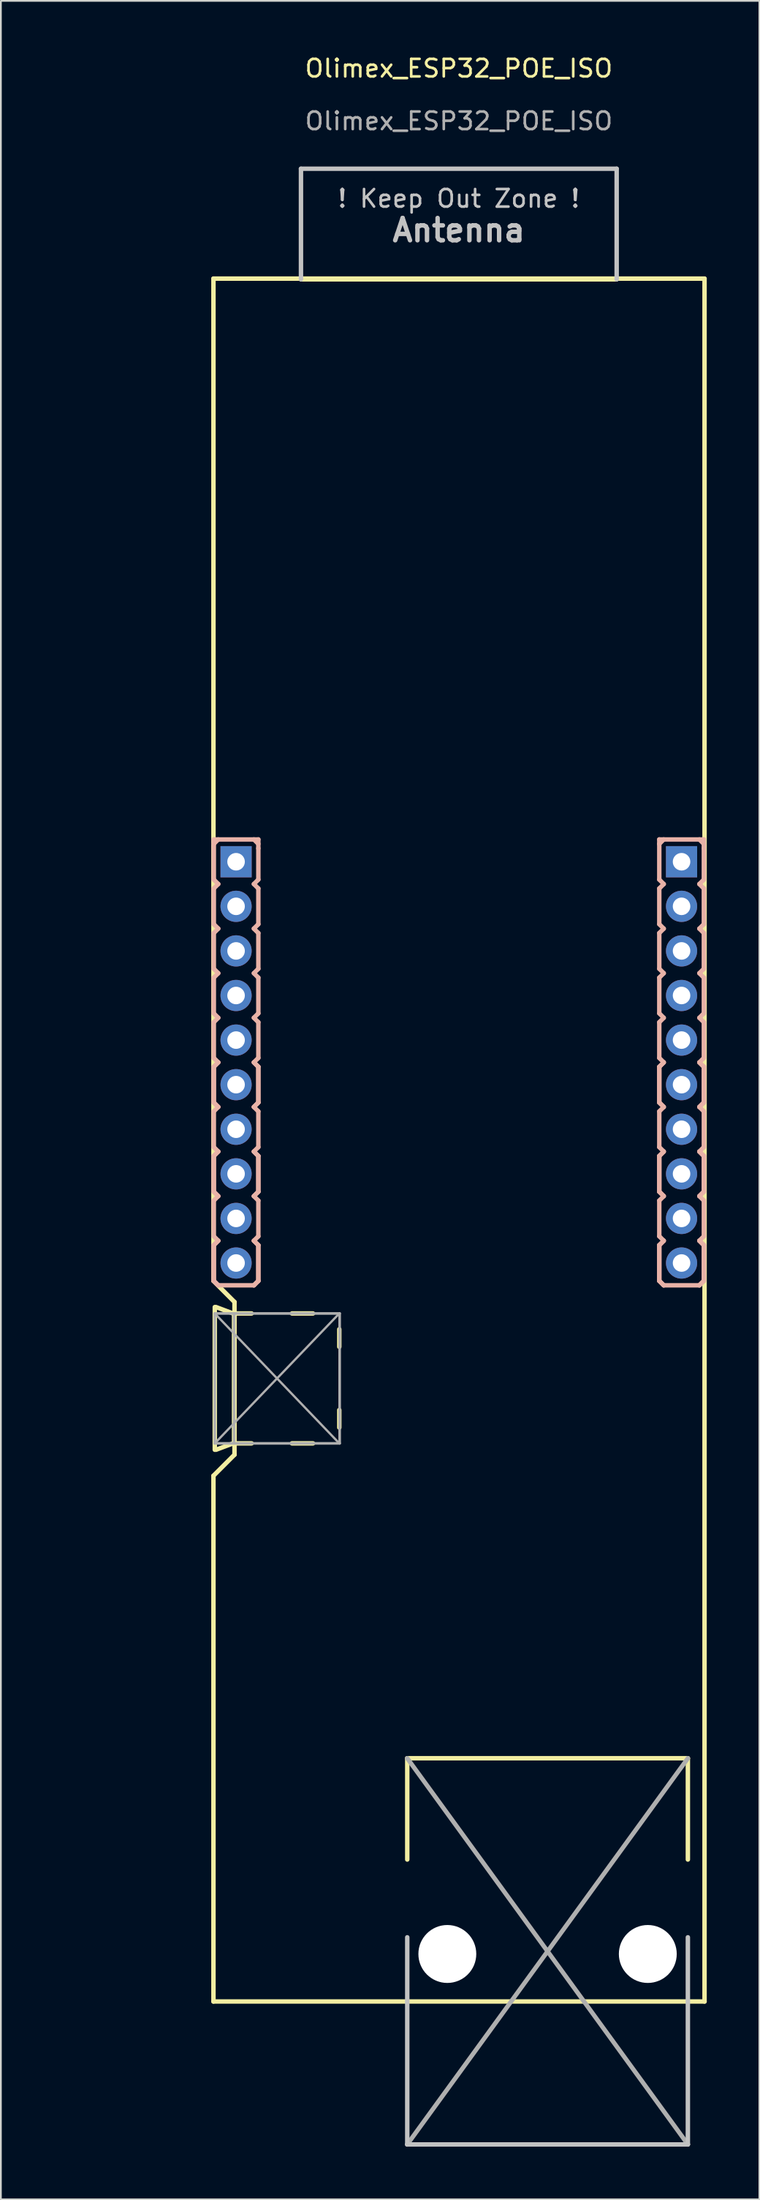
<source format=kicad_pcb>
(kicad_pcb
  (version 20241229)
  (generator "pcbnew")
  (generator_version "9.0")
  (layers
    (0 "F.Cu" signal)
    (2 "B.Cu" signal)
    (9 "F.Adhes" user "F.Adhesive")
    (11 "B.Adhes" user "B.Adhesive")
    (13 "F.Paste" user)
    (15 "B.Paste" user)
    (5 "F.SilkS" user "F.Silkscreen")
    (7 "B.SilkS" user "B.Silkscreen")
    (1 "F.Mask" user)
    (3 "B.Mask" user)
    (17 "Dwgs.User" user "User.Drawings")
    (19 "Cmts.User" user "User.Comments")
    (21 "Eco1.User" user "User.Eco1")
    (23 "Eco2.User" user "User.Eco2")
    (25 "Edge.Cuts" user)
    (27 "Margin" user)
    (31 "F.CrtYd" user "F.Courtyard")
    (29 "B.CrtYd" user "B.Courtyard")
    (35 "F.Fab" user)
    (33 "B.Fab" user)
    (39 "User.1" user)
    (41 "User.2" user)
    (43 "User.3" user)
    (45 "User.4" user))
  (footprint "Olimex_ESP32_POE_ISO"
    (layer "F.Cu")
    (at 0.25 1.308)
    (property "Reference" "Olimex_ESP32_POE_ISO" (at 22.86 -0.46 0) (unlocked yes) (layer "F.SilkS") (effects (font (size 1 1) (thickness 0.15))))
    (attr through_hole)
    (fp_line (start 8.87 11.514) (end 36.87 11.514) (stroke (width 0.254) (type solid)) (layer "F.SilkS"))
    (fp_line (start 8.87 68.614) (end 8.87 11.514) (stroke (width 0.254) (type solid)) (layer "F.SilkS"))
    (fp_line (start 8.87 68.614) (end 10.07 69.814) (stroke (width 0.254) (type solid)) (layer "F.SilkS"))
    (fp_line (start 8.87 79.714) (end 10.07 78.514) (stroke (width 0.254) (type solid)) (layer "F.SilkS"))
    (fp_line (start 8.87 109.664) (end 8.87 79.714) (stroke (width 0.254) (type solid)) (layer "F.SilkS"))
    (fp_line (start 8.87 109.664) (end 36.87 109.664) (stroke (width 0.254) (type solid)) (layer "F.SilkS"))
    (fp_line (start 8.946 78.232) (end 8.946 70.104) (stroke (width 0.254) (type solid)) (layer "F.SilkS"))
    (fp_line (start 9.017 70.104) (end 10.033 70.485) (stroke (width 0.254) (type solid)) (layer "F.SilkS"))
    (fp_line (start 9.017 78.232) (end 10.033 77.851) (stroke (width 0.254) (type solid)) (layer "F.SilkS"))
    (fp_line (start 10.046 70.468) (end 11.046 70.468) (stroke (width 0.254) (type solid)) (layer "F.SilkS"))
    (fp_line (start 10.046 77.868) (end 10.046 70.468) (stroke (width 0.254) (type solid)) (layer "F.SilkS"))
    (fp_line (start 10.07 69.814) (end 10.07 78.514) (stroke (width 0.254) (type solid)) (layer "F.SilkS"))
    (fp_line (start 11.046 77.868) (end 10.046 77.868) (stroke (width 0.254) (type solid)) (layer "F.SilkS"))
    (fp_line (start 13.86 11.555) (end 31.86 11.555) (stroke (width 0.254) (type solid)) (layer "F.SilkS"))
    (fp_line (start 14.546 70.468) (end 13.346 70.468) (stroke (width 0.254) (type solid)) (layer "F.SilkS"))
    (fp_line (start 14.546 77.868) (end 13.346 77.868) (stroke (width 0.254) (type solid)) (layer "F.SilkS"))
    (fp_line (start 16.046 72.368) (end 16.046 71.368) (stroke (width 0.254) (type solid)) (layer "F.SilkS"))
    (fp_line (start 16.046 76.968) (end 16.046 75.968) (stroke (width 0.254) (type solid)) (layer "F.SilkS"))
    (fp_line (start 19.92 95.807) (end 35.92 95.807) (stroke (width 0.254) (type solid)) (layer "F.SilkS"))
    (fp_line (start 19.92 101.577) (end 19.92 95.807) (stroke (width 0.254) (type solid)) (layer "F.SilkS"))
    (fp_line (start 35.92 95.807) (end 35.92 101.577) (stroke (width 0.254) (type solid)) (layer "F.SilkS"))
    (fp_line (start 36.87 109.664) (end 36.87 11.514) (stroke (width 0.254) (type solid)) (layer "F.SilkS"))
    (fp_line (start 8.89 43.464) (end 8.89 43.718) (stroke (width 0.254) (type solid)) (layer "B.SilkS"))
    (fp_line (start 8.89 43.464) (end 11.43 43.464) (stroke (width 0.254) (type solid)) (layer "B.SilkS"))
    (fp_line (start 8.89 43.718) (end 8.89 45.75) (stroke (width 0.254) (type solid)) (layer "B.SilkS"))
    (fp_line (start 8.89 45.75) (end 9.144 46.004) (stroke (width 0.254) (type solid)) (layer "B.SilkS"))
    (fp_line (start 8.89 46.258) (end 8.89 48.29) (stroke (width 0.254) (type solid)) (layer "B.SilkS"))
    (fp_line (start 8.89 48.29) (end 9.144 48.544) (stroke (width 0.254) (type solid)) (layer "B.SilkS"))
    (fp_line (start 8.89 48.798) (end 8.89 50.83) (stroke (width 0.254) (type solid)) (layer "B.SilkS"))
    (fp_line (start 8.89 50.83) (end 9.144 51.084) (stroke (width 0.254) (type solid)) (layer "B.SilkS"))
    (fp_line (start 8.89 51.338) (end 8.89 53.37) (stroke (width 0.254) (type solid)) (layer "B.SilkS"))
    (fp_line (start 8.89 53.37) (end 9.144 53.624) (stroke (width 0.254) (type solid)) (layer "B.SilkS"))
    (fp_line (start 8.89 53.878) (end 8.89 55.91) (stroke (width 0.254) (type solid)) (layer "B.SilkS"))
    (fp_line (start 8.89 55.91) (end 9.144 56.164) (stroke (width 0.254) (type solid)) (layer "B.SilkS"))
    (fp_line (start 8.89 56.418) (end 8.89 58.45) (stroke (width 0.254) (type solid)) (layer "B.SilkS"))
    (fp_line (start 8.89 56.418) (end 8.89 58.45) (stroke (width 0.254) (type solid)) (layer "B.SilkS"))
    (fp_line (start 8.89 58.45) (end 9.144 58.704) (stroke (width 0.254) (type solid)) (layer "B.SilkS"))
    (fp_line (start 8.89 58.45) (end 9.144 58.704) (stroke (width 0.254) (type solid)) (layer "B.SilkS"))
    (fp_line (start 8.89 58.958) (end 8.89 60.99) (stroke (width 0.254) (type solid)) (layer "B.SilkS"))
    (fp_line (start 8.89 60.99) (end 9.144 61.244) (stroke (width 0.254) (type solid)) (layer "B.SilkS"))
    (fp_line (start 8.89 61.498) (end 8.89 63.53) (stroke (width 0.254) (type solid)) (layer "B.SilkS"))
    (fp_line (start 8.89 61.498) (end 8.89 63.53) (stroke (width 0.254) (type solid)) (layer "B.SilkS"))
    (fp_line (start 8.89 63.53) (end 9.144 63.784) (stroke (width 0.254) (type solid)) (layer "B.SilkS"))
    (fp_line (start 8.89 63.53) (end 9.144 63.784) (stroke (width 0.254) (type solid)) (layer "B.SilkS"))
    (fp_line (start 8.89 64.038) (end 8.89 66.07) (stroke (width 0.254) (type solid)) (layer "B.SilkS"))
    (fp_line (start 8.89 66.07) (end 9.144 66.324) (stroke (width 0.254) (type solid)) (layer "B.SilkS"))
    (fp_line (start 8.89 66.578) (end 8.89 68.61) (stroke (width 0.254) (type solid)) (layer "B.SilkS"))
    (fp_line (start 8.89 66.578) (end 8.89 68.61) (stroke (width 0.254) (type solid)) (layer "B.SilkS"))
    (fp_line (start 8.89 68.61) (end 9.144 68.864) (stroke (width 0.254) (type solid)) (layer "B.SilkS"))
    (fp_line (start 8.89 68.61) (end 9.144 68.864) (stroke (width 0.254) (type solid)) (layer "B.SilkS"))
    (fp_line (start 9.144 43.464) (end 8.89 43.718) (stroke (width 0.254) (type solid)) (layer "B.SilkS"))
    (fp_line (start 9.144 46.004) (end 8.89 46.258) (stroke (width 0.254) (type solid)) (layer "B.SilkS"))
    (fp_line (start 9.144 48.544) (end 8.89 48.798) (stroke (width 0.254) (type solid)) (layer "B.SilkS"))
    (fp_line (start 9.144 51.084) (end 8.89 51.338) (stroke (width 0.254) (type solid)) (layer "B.SilkS"))
    (fp_line (start 9.144 53.624) (end 8.89 53.878) (stroke (width 0.254) (type solid)) (layer "B.SilkS"))
    (fp_line (start 9.144 56.164) (end 8.89 56.418) (stroke (width 0.254) (type solid)) (layer "B.SilkS"))
    (fp_line (start 9.144 56.164) (end 8.89 56.418) (stroke (width 0.254) (type solid)) (layer "B.SilkS"))
    (fp_line (start 9.144 58.704) (end 8.89 58.958) (stroke (width 0.254) (type solid)) (layer "B.SilkS"))
    (fp_line (start 9.144 61.244) (end 8.89 61.498) (stroke (width 0.254) (type solid)) (layer "B.SilkS"))
    (fp_line (start 9.144 61.244) (end 8.89 61.498) (stroke (width 0.254) (type solid)) (layer "B.SilkS"))
    (fp_line (start 9.144 63.784) (end 8.89 64.038) (stroke (width 0.254) (type solid)) (layer "B.SilkS"))
    (fp_line (start 9.144 66.324) (end 8.89 66.578) (stroke (width 0.254) (type solid)) (layer "B.SilkS"))
    (fp_line (start 9.144 66.324) (end 8.89 66.578) (stroke (width 0.254) (type solid)) (layer "B.SilkS"))
    (fp_line (start 9.144 68.864) (end 11.176 68.864) (stroke (width 0.254) (type solid)) (layer "B.SilkS"))
    (fp_line (start 11.176 46.004) (end 11.43 45.75) (stroke (width 0.254) (type solid)) (layer "B.SilkS"))
    (fp_line (start 11.176 48.544) (end 11.43 48.798) (stroke (width 0.254) (type solid)) (layer "B.SilkS"))
    (fp_line (start 11.176 51.084) (end 11.43 50.83) (stroke (width 0.254) (type solid)) (layer "B.SilkS"))
    (fp_line (start 11.176 53.624) (end 11.43 53.37) (stroke (width 0.254) (type solid)) (layer "B.SilkS"))
    (fp_line (start 11.176 56.164) (end 11.43 55.91) (stroke (width 0.254) (type solid)) (layer "B.SilkS"))
    (fp_line (start 11.176 58.704) (end 11.43 58.45) (stroke (width 0.254) (type solid)) (layer "B.SilkS"))
    (fp_line (start 11.176 58.704) (end 11.43 58.45) (stroke (width 0.254) (type solid)) (layer "B.SilkS"))
    (fp_line (start 11.176 61.244) (end 11.43 60.99) (stroke (width 0.254) (type solid)) (layer "B.SilkS"))
    (fp_line (start 11.176 63.784) (end 11.43 63.53) (stroke (width 0.254) (type solid)) (layer "B.SilkS"))
    (fp_line (start 11.176 63.784) (end 11.43 63.53) (stroke (width 0.254) (type solid)) (layer "B.SilkS"))
    (fp_line (start 11.176 66.324) (end 11.43 66.07) (stroke (width 0.254) (type solid)) (layer "B.SilkS"))
    (fp_line (start 11.176 68.864) (end 11.43 68.61) (stroke (width 0.254) (type solid)) (layer "B.SilkS"))
    (fp_line (start 11.176 68.864) (end 11.43 68.61) (stroke (width 0.254) (type solid)) (layer "B.SilkS"))
    (fp_line (start 11.43 43.718) (end 11.176 43.464) (stroke (width 0.254) (type solid)) (layer "B.SilkS"))
    (fp_line (start 11.43 43.972) (end 11.43 43.464) (stroke (width 0.254) (type solid)) (layer "B.SilkS"))
    (fp_line (start 11.43 45.75) (end 11.43 43.972) (stroke (width 0.254) (type solid)) (layer "B.SilkS"))
    (fp_line (start 11.43 46.258) (end 11.176 46.004) (stroke (width 0.254) (type solid)) (layer "B.SilkS"))
    (fp_line (start 11.43 48.29) (end 11.176 48.544) (stroke (width 0.254) (type solid)) (layer "B.SilkS"))
    (fp_line (start 11.43 48.29) (end 11.43 46.258) (stroke (width 0.254) (type solid)) (layer "B.SilkS"))
    (fp_line (start 11.43 50.83) (end 11.43 48.798) (stroke (width 0.254) (type solid)) (layer "B.SilkS"))
    (fp_line (start 11.43 51.338) (end 11.176 51.084) (stroke (width 0.254) (type solid)) (layer "B.SilkS"))
    (fp_line (start 11.43 53.37) (end 11.43 51.338) (stroke (width 0.254) (type solid)) (layer "B.SilkS"))
    (fp_line (start 11.43 53.878) (end 11.176 53.624) (stroke (width 0.254) (type solid)) (layer "B.SilkS"))
    (fp_line (start 11.43 55.91) (end 11.43 53.878) (stroke (width 0.254) (type solid)) (layer "B.SilkS"))
    (fp_line (start 11.43 56.418) (end 11.176 56.164) (stroke (width 0.254) (type solid)) (layer "B.SilkS"))
    (fp_line (start 11.43 56.418) (end 11.176 56.164) (stroke (width 0.254) (type solid)) (layer "B.SilkS"))
    (fp_line (start 11.43 58.45) (end 11.43 56.418) (stroke (width 0.254) (type solid)) (layer "B.SilkS"))
    (fp_line (start 11.43 58.45) (end 11.43 56.418) (stroke (width 0.254) (type solid)) (layer "B.SilkS"))
    (fp_line (start 11.43 58.958) (end 11.176 58.704) (stroke (width 0.254) (type solid)) (layer "B.SilkS"))
    (fp_line (start 11.43 60.99) (end 11.43 58.958) (stroke (width 0.254) (type solid)) (layer "B.SilkS"))
    (fp_line (start 11.43 61.498) (end 11.176 61.244) (stroke (width 0.254) (type solid)) (layer "B.SilkS"))
    (fp_line (start 11.43 61.498) (end 11.176 61.244) (stroke (width 0.254) (type solid)) (layer "B.SilkS"))
    (fp_line (start 11.43 63.53) (end 11.43 61.498) (stroke (width 0.254) (type solid)) (layer "B.SilkS"))
    (fp_line (start 11.43 63.53) (end 11.43 61.498) (stroke (width 0.254) (type solid)) (layer "B.SilkS"))
    (fp_line (start 11.43 64.038) (end 11.176 63.784) (stroke (width 0.254) (type solid)) (layer "B.SilkS"))
    (fp_line (start 11.43 66.07) (end 11.43 64.038) (stroke (width 0.254) (type solid)) (layer "B.SilkS"))
    (fp_line (start 11.43 66.578) (end 11.176 66.324) (stroke (width 0.254) (type solid)) (layer "B.SilkS"))
    (fp_line (start 11.43 66.578) (end 11.176 66.324) (stroke (width 0.254) (type solid)) (layer "B.SilkS"))
    (fp_line (start 11.43 68.61) (end 11.43 66.578) (stroke (width 0.254) (type solid)) (layer "B.SilkS"))
    (fp_line (start 11.43 68.61) (end 11.43 66.578) (stroke (width 0.254) (type solid)) (layer "B.SilkS"))
    (fp_line (start 34.29 43.464) (end 34.29 43.718) (stroke (width 0.254) (type solid)) (layer "B.SilkS"))
    (fp_line (start 34.29 43.464) (end 36.83 43.464) (stroke (width 0.254) (type solid)) (layer "B.SilkS"))
    (fp_line (start 34.29 43.718) (end 34.29 45.75) (stroke (width 0.254) (type solid)) (layer "B.SilkS"))
    (fp_line (start 34.29 45.75) (end 34.544 46.004) (stroke (width 0.254) (type solid)) (layer "B.SilkS"))
    (fp_line (start 34.29 46.258) (end 34.29 48.29) (stroke (width 0.254) (type solid)) (layer "B.SilkS"))
    (fp_line (start 34.29 48.29) (end 34.544 48.544) (stroke (width 0.254) (type solid)) (layer "B.SilkS"))
    (fp_line (start 34.29 48.798) (end 34.29 50.83) (stroke (width 0.254) (type solid)) (layer "B.SilkS"))
    (fp_line (start 34.29 50.83) (end 34.544 51.084) (stroke (width 0.254) (type solid)) (layer "B.SilkS"))
    (fp_line (start 34.29 51.338) (end 34.29 53.37) (stroke (width 0.254) (type solid)) (layer "B.SilkS"))
    (fp_line (start 34.29 53.37) (end 34.544 53.624) (stroke (width 0.254) (type solid)) (layer "B.SilkS"))
    (fp_line (start 34.29 53.878) (end 34.29 55.91) (stroke (width 0.254) (type solid)) (layer "B.SilkS"))
    (fp_line (start 34.29 55.91) (end 34.544 56.164) (stroke (width 0.254) (type solid)) (layer "B.SilkS"))
    (fp_line (start 34.29 56.418) (end 34.29 58.45) (stroke (width 0.254) (type solid)) (layer "B.SilkS"))
    (fp_line (start 34.29 56.418) (end 34.29 58.45) (stroke (width 0.254) (type solid)) (layer "B.SilkS"))
    (fp_line (start 34.29 58.45) (end 34.544 58.704) (stroke (width 0.254) (type solid)) (layer "B.SilkS"))
    (fp_line (start 34.29 58.45) (end 34.544 58.704) (stroke (width 0.254) (type solid)) (layer "B.SilkS"))
    (fp_line (start 34.29 58.958) (end 34.29 60.99) (stroke (width 0.254) (type solid)) (layer "B.SilkS"))
    (fp_line (start 34.29 60.99) (end 34.544 61.244) (stroke (width 0.254) (type solid)) (layer "B.SilkS"))
    (fp_line (start 34.29 61.498) (end 34.29 63.53) (stroke (width 0.254) (type solid)) (layer "B.SilkS"))
    (fp_line (start 34.29 61.498) (end 34.29 63.53) (stroke (width 0.254) (type solid)) (layer "B.SilkS"))
    (fp_line (start 34.29 63.53) (end 34.544 63.784) (stroke (width 0.254) (type solid)) (layer "B.SilkS"))
    (fp_line (start 34.29 63.53) (end 34.544 63.784) (stroke (width 0.254) (type solid)) (layer "B.SilkS"))
    (fp_line (start 34.29 64.038) (end 34.29 66.07) (stroke (width 0.254) (type solid)) (layer "B.SilkS"))
    (fp_line (start 34.29 66.07) (end 34.544 66.324) (stroke (width 0.254) (type solid)) (layer "B.SilkS"))
    (fp_line (start 34.29 66.578) (end 34.29 68.61) (stroke (width 0.254) (type solid)) (layer "B.SilkS"))
    (fp_line (start 34.29 66.578) (end 34.29 68.61) (stroke (width 0.254) (type solid)) (layer "B.SilkS"))
    (fp_line (start 34.29 68.61) (end 34.544 68.864) (stroke (width 0.254) (type solid)) (layer "B.SilkS"))
    (fp_line (start 34.29 68.61) (end 34.544 68.864) (stroke (width 0.254) (type solid)) (layer "B.SilkS"))
    (fp_line (start 34.544 43.464) (end 34.29 43.718) (stroke (width 0.254) (type solid)) (layer "B.SilkS"))
    (fp_line (start 34.544 46.004) (end 34.29 46.258) (stroke (width 0.254) (type solid)) (layer "B.SilkS"))
    (fp_line (start 34.544 48.544) (end 34.29 48.798) (stroke (width 0.254) (type solid)) (layer "B.SilkS"))
    (fp_line (start 34.544 51.084) (end 34.29 51.338) (stroke (width 0.254) (type solid)) (layer "B.SilkS"))
    (fp_line (start 34.544 53.624) (end 34.29 53.878) (stroke (width 0.254) (type solid)) (layer "B.SilkS"))
    (fp_line (start 34.544 56.164) (end 34.29 56.418) (stroke (width 0.254) (type solid)) (layer "B.SilkS"))
    (fp_line (start 34.544 56.164) (end 34.29 56.418) (stroke (width 0.254) (type solid)) (layer "B.SilkS"))
    (fp_line (start 34.544 58.704) (end 34.29 58.958) (stroke (width 0.254) (type solid)) (layer "B.SilkS"))
    (fp_line (start 34.544 61.244) (end 34.29 61.498) (stroke (width 0.254) (type solid)) (layer "B.SilkS"))
    (fp_line (start 34.544 61.244) (end 34.29 61.498) (stroke (width 0.254) (type solid)) (layer "B.SilkS"))
    (fp_line (start 34.544 63.784) (end 34.29 64.038) (stroke (width 0.254) (type solid)) (layer "B.SilkS"))
    (fp_line (start 34.544 66.324) (end 34.29 66.578) (stroke (width 0.254) (type solid)) (layer "B.SilkS"))
    (fp_line (start 34.544 66.324) (end 34.29 66.578) (stroke (width 0.254) (type solid)) (layer "B.SilkS"))
    (fp_line (start 34.544 68.864) (end 36.576 68.864) (stroke (width 0.254) (type solid)) (layer "B.SilkS"))
    (fp_line (start 36.576 46.004) (end 36.83 45.75) (stroke (width 0.254) (type solid)) (layer "B.SilkS"))
    (fp_line (start 36.576 48.544) (end 36.83 48.798) (stroke (width 0.254) (type solid)) (layer "B.SilkS"))
    (fp_line (start 36.576 51.084) (end 36.83 50.83) (stroke (width 0.254) (type solid)) (layer "B.SilkS"))
    (fp_line (start 36.576 53.624) (end 36.83 53.37) (stroke (width 0.254) (type solid)) (layer "B.SilkS"))
    (fp_line (start 36.576 56.164) (end 36.83 55.91) (stroke (width 0.254) (type solid)) (layer "B.SilkS"))
    (fp_line (start 36.576 58.704) (end 36.83 58.45) (stroke (width 0.254) (type solid)) (layer "B.SilkS"))
    (fp_line (start 36.576 58.704) (end 36.83 58.45) (stroke (width 0.254) (type solid)) (layer "B.SilkS"))
    (fp_line (start 36.576 61.244) (end 36.83 60.99) (stroke (width 0.254) (type solid)) (layer "B.SilkS"))
    (fp_line (start 36.576 63.784) (end 36.83 63.53) (stroke (width 0.254) (type solid)) (layer "B.SilkS"))
    (fp_line (start 36.576 63.784) (end 36.83 63.53) (stroke (width 0.254) (type solid)) (layer "B.SilkS"))
    (fp_line (start 36.576 66.324) (end 36.83 66.07) (stroke (width 0.254) (type solid)) (layer "B.SilkS"))
    (fp_line (start 36.576 68.864) (end 36.83 68.61) (stroke (width 0.254) (type solid)) (layer "B.SilkS"))
    (fp_line (start 36.576 68.864) (end 36.83 68.61) (stroke (width 0.254) (type solid)) (layer "B.SilkS"))
    (fp_line (start 36.83 43.718) (end 36.576 43.464) (stroke (width 0.254) (type solid)) (layer "B.SilkS"))
    (fp_line (start 36.83 43.972) (end 36.83 43.464) (stroke (width 0.254) (type solid)) (layer "B.SilkS"))
    (fp_line (start 36.83 45.75) (end 36.83 43.972) (stroke (width 0.254) (type solid)) (layer "B.SilkS"))
    (fp_line (start 36.83 46.258) (end 36.576 46.004) (stroke (width 0.254) (type solid)) (layer "B.SilkS"))
    (fp_line (start 36.83 48.29) (end 36.576 48.544) (stroke (width 0.254) (type solid)) (layer "B.SilkS"))
    (fp_line (start 36.83 48.29) (end 36.83 46.258) (stroke (width 0.254) (type solid)) (layer "B.SilkS"))
    (fp_line (start 36.83 50.83) (end 36.83 48.798) (stroke (width 0.254) (type solid)) (layer "B.SilkS"))
    (fp_line (start 36.83 51.338) (end 36.576 51.084) (stroke (width 0.254) (type solid)) (layer "B.SilkS"))
    (fp_line (start 36.83 53.37) (end 36.83 51.338) (stroke (width 0.254) (type solid)) (layer "B.SilkS"))
    (fp_line (start 36.83 53.878) (end 36.576 53.624) (stroke (width 0.254) (type solid)) (layer "B.SilkS"))
    (fp_line (start 36.83 55.91) (end 36.83 53.878) (stroke (width 0.254) (type solid)) (layer "B.SilkS"))
    (fp_line (start 36.83 56.418) (end 36.576 56.164) (stroke (width 0.254) (type solid)) (layer "B.SilkS"))
    (fp_line (start 36.83 56.418) (end 36.576 56.164) (stroke (width 0.254) (type solid)) (layer "B.SilkS"))
    (fp_line (start 36.83 58.45) (end 36.83 56.418) (stroke (width 0.254) (type solid)) (layer "B.SilkS"))
    (fp_line (start 36.83 58.45) (end 36.83 56.418) (stroke (width 0.254) (type solid)) (layer "B.SilkS"))
    (fp_line (start 36.83 58.958) (end 36.576 58.704) (stroke (width 0.254) (type solid)) (layer "B.SilkS"))
    (fp_line (start 36.83 60.99) (end 36.83 58.958) (stroke (width 0.254) (type solid)) (layer "B.SilkS"))
    (fp_line (start 36.83 61.498) (end 36.576 61.244) (stroke (width 0.254) (type solid)) (layer "B.SilkS"))
    (fp_line (start 36.83 61.498) (end 36.576 61.244) (stroke (width 0.254) (type solid)) (layer "B.SilkS"))
    (fp_line (start 36.83 63.53) (end 36.83 61.498) (stroke (width 0.254) (type solid)) (layer "B.SilkS"))
    (fp_line (start 36.83 63.53) (end 36.83 61.498) (stroke (width 0.254) (type solid)) (layer "B.SilkS"))
    (fp_line (start 36.83 64.038) (end 36.576 63.784) (stroke (width 0.254) (type solid)) (layer "B.SilkS"))
    (fp_line (start 36.83 66.07) (end 36.83 64.038) (stroke (width 0.254) (type solid)) (layer "B.SilkS"))
    (fp_line (start 36.83 66.578) (end 36.576 66.324) (stroke (width 0.254) (type solid)) (layer "B.SilkS"))
    (fp_line (start 36.83 66.578) (end 36.576 66.324) (stroke (width 0.254) (type solid)) (layer "B.SilkS"))
    (fp_line (start 36.83 68.61) (end 36.83 66.578) (stroke (width 0.254) (type solid)) (layer "B.SilkS"))
    (fp_line (start 36.83 68.61) (end 36.83 66.578) (stroke (width 0.254) (type solid)) (layer "B.SilkS"))
    (fp_line (start 13.86 5.255) (end 13.86 11.555) (stroke (width 0.254) (type solid)) (layer "Dwgs.User"))
    (fp_line (start 13.86 5.255) (end 31.86 5.255) (stroke (width 0.254) (type solid)) (layer "Dwgs.User"))
    (fp_line (start 19.92 117.807) (end 19.92 106.007) (stroke (width 0.254) (type solid)) (layer "Dwgs.User"))
    (fp_line (start 31.86 5.255) (end 31.86 11.555) (stroke (width 0.254) (type solid)) (layer "Dwgs.User"))
    (fp_line (start 35.92 106.007) (end 35.92 117.807) (stroke (width 0.254) (type solid)) (layer "Dwgs.User"))
    (fp_line (start 35.92 117.807) (end 19.92 117.807) (stroke (width 0.254) (type solid)) (layer "Dwgs.User"))
    (fp_line (start 8.946 70.468) (end 16.046 77.868) (stroke (width 0.127) (type solid)) (layer "F.Fab"))
    (fp_line (start 8.946 70.468) (end 16.066 70.468) (stroke (width 0.15) (type solid)) (layer "F.Fab"))
    (fp_line (start 8.946 77.868) (end 8.946 70.468) (stroke (width 0.15) (type solid)) (layer "F.Fab"))
    (fp_line (start 8.946 77.868) (end 16.046 70.468) (stroke (width 0.127) (type solid)) (layer "F.Fab"))
    (fp_line (start 10.046 70.468) (end 10.046 77.868) (stroke (width 0.15) (type solid)) (layer "F.Fab"))
    (fp_line (start 16.066 70.468) (end 16.066 77.868) (stroke (width 0.15) (type solid)) (layer "F.Fab"))
    (fp_line (start 16.066 77.868) (end 8.946 77.868) (stroke (width 0.15) (type solid)) (layer "F.Fab"))
    (fp_line (start 19.92 95.807) (end 35.92 117.807) (stroke (width 0.254) (type solid)) (layer "F.Fab"))
    (fp_line (start 35.92 95.807) (end 19.92 117.807) (stroke (width 0.254) (type solid)) (layer "F.Fab"))
    (fp_text user "Antenna" (at 22.86 8.755 0) (layer "Dwgs.User") (effects (font (size 1.27 1.27) (thickness 0.254))))
    (fp_text user "! Keep Out Zone !" (at 22.86 6.955 0) (layer "Dwgs.User") (effects (font (size 1 1) (thickness 0.15))))
    (fp_text user "${REFERENCE}" (at 22.86 2.54 0) (unlocked yes) (layer "F.Fab") (effects (font (size 1 1) (thickness 0.15))))
    (pad "" np_thru_hole circle (at 22.205 106.957) (size 3.3 3.3) (drill 3.3) (layers "*.Cu" "*.Mask"))
    (pad "" np_thru_hole circle (at 33.635 106.957) (size 3.3 3.3) (drill 3.3) (layers "*.Cu" "*.Mask"))
    (pad "1_1" thru_hole rect (at 10.16 44.734 270) (size 1.778 1.778) (drill 1) (layers "*.Cu" "*.Mask"))
    (pad "1_2" thru_hole circle (at 10.16 47.274 270) (size 1.778 1.778) (drill 1) (layers "*.Cu" "*.Mask"))
    (pad "1_3" thru_hole circle (at 10.16 49.814 270) (size 1.778 1.778) (drill 1) (layers "*.Cu" "*.Mask"))
    (pad "1_4" thru_hole circle (at 10.16 52.354 270) (size 1.778 1.778) (drill 1) (layers "*.Cu" "*.Mask"))
    (pad "1_5" thru_hole circle (at 10.16 54.894 270) (size 1.778 1.778) (drill 1) (layers "*.Cu" "*.Mask"))
    (pad "1_6" thru_hole circle (at 10.16 57.434 270) (size 1.778 1.778) (drill 1) (layers "*.Cu" "*.Mask"))
    (pad "1_7" thru_hole circle (at 10.16 59.974 270) (size 1.778 1.778) (drill 1) (layers "*.Cu" "*.Mask"))
    (pad "1_8" thru_hole circle (at 10.16 62.514 270) (size 1.778 1.778) (drill 1) (layers "*.Cu" "*.Mask"))
    (pad "1_9" thru_hole circle (at 10.16 65.054 270) (size 1.778 1.778) (drill 1) (layers "*.Cu" "*.Mask"))
    (pad "1_10" thru_hole circle (at 10.16 67.594 270) (size 1.778 1.778) (drill 1) (layers "*.Cu" "*.Mask"))
    (pad "2_1" thru_hole rect (at 35.56 44.734 270) (size 1.778 1.778) (drill 1) (layers "*.Cu" "*.Mask"))
    (pad "2_2" thru_hole circle (at 35.56 47.274 270) (size 1.778 1.778) (drill 1) (layers "*.Cu" "*.Mask"))
    (pad "2_3" thru_hole circle (at 35.56 49.814 270) (size 1.778 1.778) (drill 1) (layers "*.Cu" "*.Mask"))
    (pad "2_4" thru_hole circle (at 35.56 52.354 270) (size 1.778 1.778) (drill 1) (layers "*.Cu" "*.Mask"))
    (pad "2_5" thru_hole circle (at 35.56 54.894 270) (size 1.778 1.778) (drill 1) (layers "*.Cu" "*.Mask"))
    (pad "2_6" thru_hole circle (at 35.56 57.434 270) (size 1.778 1.778) (drill 1) (layers "*.Cu" "*.Mask"))
    (pad "2_7" thru_hole circle (at 35.56 59.974 270) (size 1.778 1.778) (drill 1) (layers "*.Cu" "*.Mask"))
    (pad "2_8" thru_hole circle (at 35.56 62.514 270) (size 1.778 1.778) (drill 1) (layers "*.Cu" "*.Mask"))
    (pad "2_9" thru_hole circle (at 35.56 65.054 270) (size 1.778 1.778) (drill 1) (layers "*.Cu" "*.Mask"))
    (pad "2_10" thru_hole circle (at 35.56 67.594 270) (size 1.778 1.778) (drill 1) (layers "*.Cu" "*.Mask")))
  (gr_rect
    (start -3 -3)
    (end 40.247 122.242)
    (stroke (width 0.1) (type default))
    (fill no)
    (layer "Edge.Cuts")))
</source>
